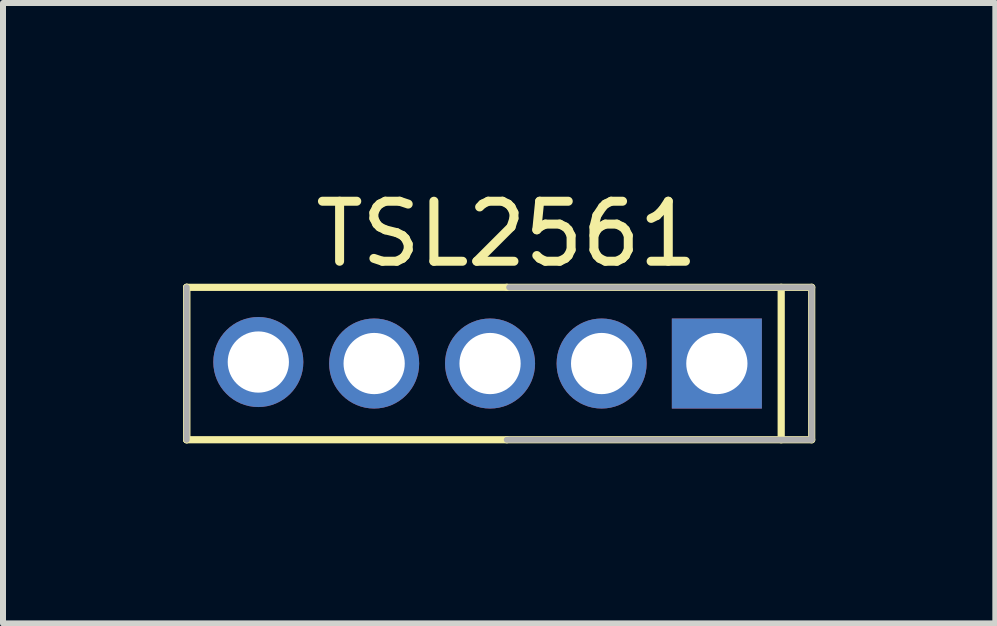
<source format=kicad_pcb>
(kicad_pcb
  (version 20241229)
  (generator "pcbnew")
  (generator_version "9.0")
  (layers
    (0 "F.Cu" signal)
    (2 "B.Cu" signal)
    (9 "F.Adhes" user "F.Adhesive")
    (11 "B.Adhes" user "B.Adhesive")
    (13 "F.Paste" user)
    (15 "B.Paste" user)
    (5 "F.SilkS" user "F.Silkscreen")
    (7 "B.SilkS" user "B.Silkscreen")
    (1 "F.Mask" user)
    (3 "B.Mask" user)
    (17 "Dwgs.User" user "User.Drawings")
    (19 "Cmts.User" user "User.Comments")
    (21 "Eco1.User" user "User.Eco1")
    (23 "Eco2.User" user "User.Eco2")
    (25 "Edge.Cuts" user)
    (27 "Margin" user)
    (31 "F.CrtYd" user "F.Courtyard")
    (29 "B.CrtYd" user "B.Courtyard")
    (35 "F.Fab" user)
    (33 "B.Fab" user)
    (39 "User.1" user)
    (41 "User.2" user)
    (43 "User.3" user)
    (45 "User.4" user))
  (footprint "TSL2561"
    (layer "F.Cu")
    (at 5.14 3.007)
    (property "Reference" "TSL2561" (at 0.254 -2.159 0) (layer "F.SilkS") (effects (font (size 1 1) (thickness 0.15))))
    (attr through_hole)
    (fp_line (start -5.08 -1.27) (end -5.08 1.27) (stroke (width 0.12) (type solid)) (layer "F.SilkS"))
    (fp_line (start -5.08 1.27) (end -5.08 -1.27) (stroke (width 0.12) (type solid)) (layer "F.SilkS"))
    (fp_line (start -5.08 1.27) (end 0.254 1.27) (stroke (width 0.12) (type solid)) (layer "F.SilkS"))
    (fp_line (start 0.254 -1.27) (end -5.08 -1.27) (stroke (width 0.12) (type solid)) (layer "F.SilkS"))
    (fp_line (start 0.254 -1.27) (end 5.334 -1.27) (stroke (width 0.12) (type solid)) (layer "F.SilkS"))
    (fp_line (start 4.826 -1.27) (end 4.826 1.27) (stroke (width 0.12) (type solid)) (layer "F.SilkS"))
    (fp_line (start 5.334 -1.27) (end 5.334 1.27) (stroke (width 0.12) (type solid)) (layer "F.SilkS"))
    (fp_line (start 5.334 1.27) (end 0.254 1.27) (stroke (width 0.12) (type solid)) (layer "F.SilkS"))
    (fp_line (start -5.08 1.27) (end -5.08 -1.27) (stroke (width 0.1) (type solid)) (layer "F.Fab"))
    (fp_line (start 5.334 -1.27) (end 0.294 -1.27) (stroke (width 0.1) (type solid)) (layer "F.Fab"))
    (fp_line (start 5.334 1.27) (end 0.254 1.27) (stroke (width 0.1) (type solid)) (layer "F.Fab"))
    (fp_line (start 5.334 1.27) (end 5.334 -1.27) (stroke (width 0.1) (type solid)) (layer "F.Fab"))
    (pad "1" thru_hole circle (at -3.886 -0.025) (size 1.5 1.5) (drill 1.02) (layers "*.Cu" "*.Mask"))
    (pad "2" thru_hole circle (at -1.956 0) (size 1.5 1.5) (drill 1.02) (layers "*.Cu" "*.Mask"))
    (pad "3" thru_hole circle (at -0.025 0) (size 1.5 1.5) (drill 1.02) (layers "*.Cu" "*.Mask"))
    (pad "4" thru_hole circle (at 1.834 0) (size 1.5 1.5) (drill 1.02) (layers "*.Cu" "*.Mask"))
    (pad "5" thru_hole rect (at 3.754 0) (size 1.5 1.5) (drill 1.02) (layers "*.Cu" "*.Mask")))
  (gr_rect
    (start -3 -3)
    (end 13.534 7.337)
    (stroke (width 0.1) (type default))
    (fill no)
    (layer "Edge.Cuts")))
</source>
